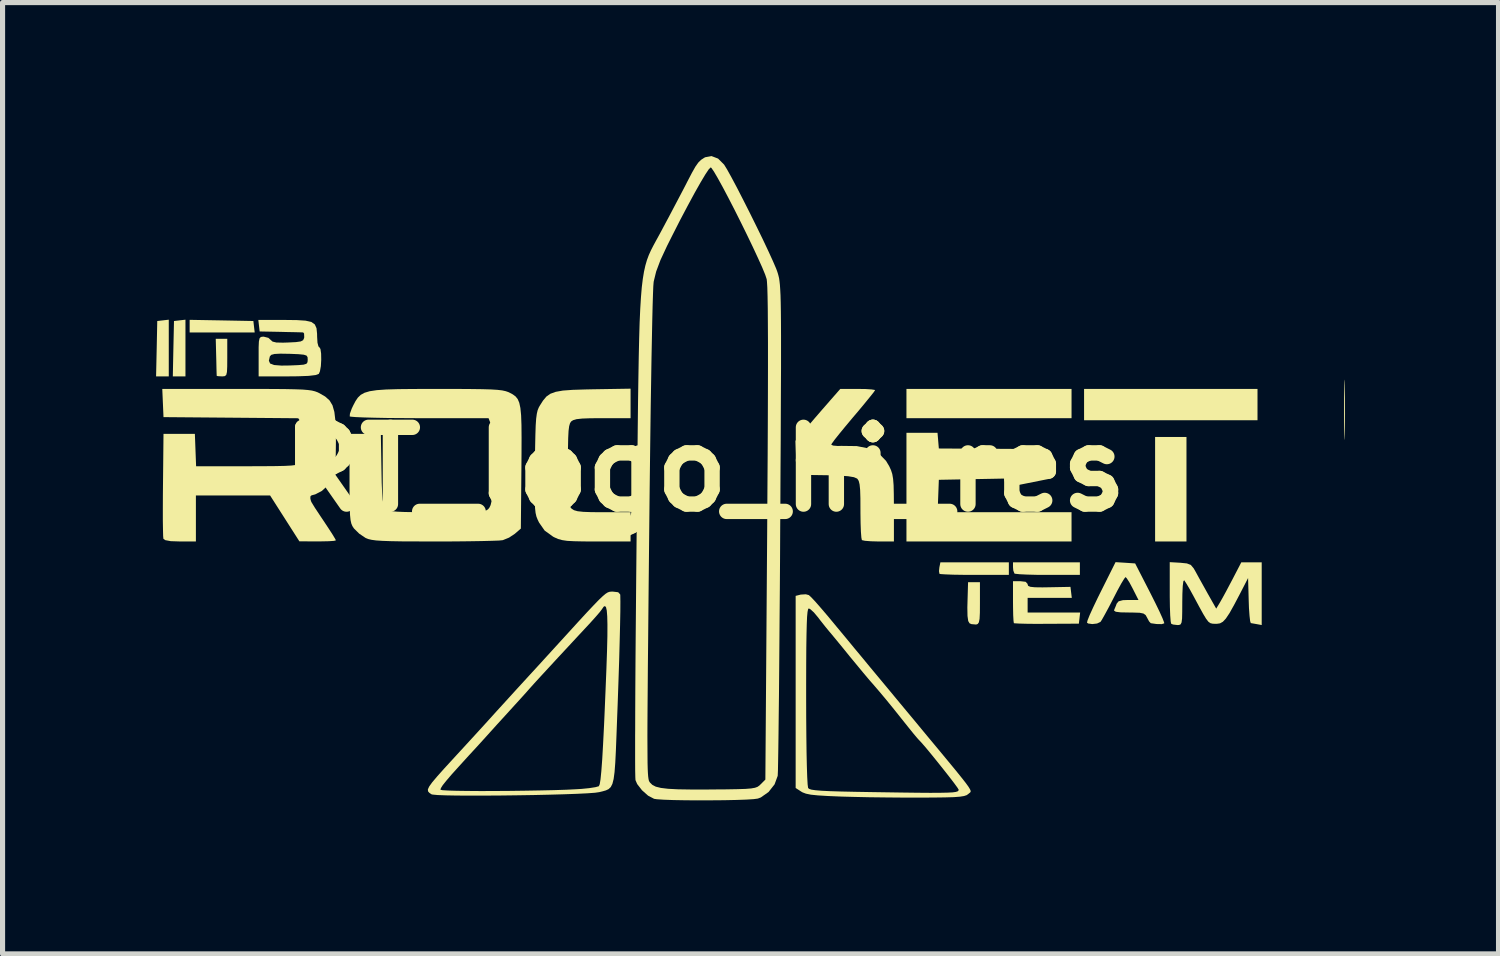
<source format=kicad_pcb>
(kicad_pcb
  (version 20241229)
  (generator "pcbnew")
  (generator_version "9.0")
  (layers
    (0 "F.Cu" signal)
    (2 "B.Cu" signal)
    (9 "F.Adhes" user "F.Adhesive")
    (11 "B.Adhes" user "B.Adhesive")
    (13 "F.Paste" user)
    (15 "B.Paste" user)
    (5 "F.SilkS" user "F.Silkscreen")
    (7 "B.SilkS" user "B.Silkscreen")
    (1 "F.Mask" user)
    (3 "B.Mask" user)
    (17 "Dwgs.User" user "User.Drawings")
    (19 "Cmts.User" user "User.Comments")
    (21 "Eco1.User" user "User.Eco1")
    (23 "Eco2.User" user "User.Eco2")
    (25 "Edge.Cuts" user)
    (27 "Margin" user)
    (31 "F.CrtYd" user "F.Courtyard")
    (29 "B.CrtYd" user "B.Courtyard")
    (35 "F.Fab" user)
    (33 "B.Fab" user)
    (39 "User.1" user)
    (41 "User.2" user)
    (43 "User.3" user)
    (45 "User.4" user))
  (footprint "RT_logo_hi_res"
    (layer "F.Cu")
    (at 10.722 6.122)
    (property "Reference" "RT_logo_hi_res" (at 0 0 0) (layer "F.SilkS") (effects (font (size 1.5 1.5) (thickness 0.3))))
    (attr board_only exclude_from_pos_files exclude_from_bom)
    (fp_poly (pts (xy -10.474 -2.371) (xy -10.474 -1.817) (xy -10.598 -1.817) (xy -10.722 -1.817) (xy -10.71 -2.358) (xy -10.699 -2.899) (xy -10.587 -2.912) (xy -10.474 -2.925)) (stroke (width 0) (type solid)) (fill yes) (layer "F.SilkS"))
    (fp_poly (pts (xy -10.148 -2.371) (xy -10.148 -1.817) (xy -10.271 -1.817) (xy -10.395 -1.817) (xy -10.384 -2.358) (xy -10.372 -2.899) (xy -10.26 -2.912) (xy -10.148 -2.925)) (stroke (width 0) (type solid)) (fill yes) (layer "F.SilkS"))
    (fp_poly (pts (xy -9.443 -2.911) (xy -8.821 -2.899) (xy -8.808 -2.787) (xy -8.795 -2.675) (xy -9.43 -2.675) (xy -10.066 -2.675) (xy -10.066 -2.798) (xy -10.066 -2.922)) (stroke (width 0) (type solid)) (fill yes) (layer "F.SilkS"))
    (fp_poly (pts (xy 7.167 -1.286) (xy 7.167 -1) (xy 5.554 -1) (xy 3.941 -1) (xy 3.941 -1.286) (xy 3.941 -1.572) (xy 5.554 -1.572) (xy 7.167 -1.572)) (stroke (width 0) (type solid)) (fill yes) (layer "F.SilkS"))
    (fp_poly (pts (xy 9.413 0.388) (xy 9.413 1.409) (xy 9.106 1.409) (xy 8.8 1.409) (xy 8.8 0.388) (xy 8.8 -0.633) (xy 9.106 -0.633) (xy 9.413 -0.633)) (stroke (width 0) (type solid)) (fill yes) (layer "F.SilkS"))
    (fp_poly (pts (xy 10.801 -1.266) (xy 10.801 -0.96) (xy 9.106 -0.96) (xy 7.412 -0.96) (xy 7.412 -1.266) (xy 7.412 -1.572) (xy 9.106 -1.572) (xy 10.801 -1.572)) (stroke (width 0) (type solid)) (fill yes) (layer "F.SilkS"))
    (fp_poly (pts (xy 5.942 1.94) (xy 5.942 2.062) (xy 5.275 2.062) (xy 5.05 2.061) (xy 4.854 2.058) (xy 4.703 2.052) (xy 4.609 2.046) (xy 4.586 2.041) (xy 4.577 1.989) (xy 4.584 1.918) (xy 4.604 1.817) (xy 5.273 1.817) (xy 5.942 1.817)) (stroke (width 0) (type solid)) (fill yes) (layer "F.SilkS"))
    (fp_poly (pts (xy 7.33 1.94) (xy 7.33 2.062) (xy 6.704 2.062) (xy 6.486 2.061) (xy 6.297 2.056) (xy 6.152 2.049) (xy 6.067 2.04) (xy 6.051 2.035) (xy 6.029 1.977) (xy 6.023 1.912) (xy 6.023 1.817) (xy 6.677 1.817) (xy 7.33 1.817)) (stroke (width 0) (type solid)) (fill yes) (layer "F.SilkS"))
    (fp_poly (pts (xy 5.377 2.614) (xy 5.376 2.801) (xy 5.37 2.921) (xy 5.356 2.99) (xy 5.333 3.022) (xy 5.302 3.032) (xy 5.21 3.024) (xy 5.174 3.008) (xy 5.148 2.964) (xy 5.134 2.864) (xy 5.131 2.7) (xy 5.134 2.59) (xy 5.145 2.205) (xy 5.261 2.205) (xy 5.377 2.205)) (stroke (width 0) (type solid)) (fill yes) (layer "F.SilkS"))
    (fp_poly (pts (xy -9.443 -2.552) (xy -9.331 -2.552) (xy -9.331 -2.185) (xy -9.332 -2.011) (xy -9.337 -1.903) (xy -9.351 -1.845) (xy -9.379 -1.822) (xy -9.424 -1.817) (xy -9.433 -1.817) (xy -9.511 -1.821) (xy -9.537 -1.827) (xy -9.539 -1.87) (xy -9.542 -1.975) (xy -9.545 -2.123) (xy -9.547 -2.195) (xy -9.556 -2.552)) (stroke (width 0) (type solid)) (fill yes) (layer "F.SilkS"))
    (fp_poly (pts (xy 12.503 -1.733) (xy 12.506 -1.644) (xy 12.51 -1.385) (xy 12.511 -1.092) (xy 12.509 -0.81) (xy 12.506 -0.684) (xy 12.502 -0.591) (xy 12.499 -0.574) (xy 12.497 -0.63) (xy 12.495 -0.753) (xy 12.493 -0.938) (xy 12.493 -1.164) (xy 12.493 -1.403) (xy 12.495 -1.585) (xy 12.497 -1.703) (xy 12.5 -1.755)) (stroke (width 0) (type solid)) (fill yes) (layer "F.SilkS"))
    (fp_poly (pts (xy 4.561 -0.561) (xy 4.574 -0.408) (xy 5.635 -0.402) (xy 6.697 -0.396) (xy 6.697 -0.116) (xy 6.697 0.163) (xy 5.635 0.184) (xy 4.574 0.204) (xy 4.562 0.521) (xy 4.55 0.837) (xy 5.858 0.837) (xy 7.167 0.837) (xy 7.167 1.123) (xy 7.167 1.409) (xy 5.554 1.409) (xy 3.941 1.409) (xy 3.941 0.347) (xy 3.941 -0.715) (xy 4.244 -0.715) (xy 4.548 -0.715)) (stroke (width 0) (type solid)) (fill yes) (layer "F.SilkS"))
    (fp_poly (pts (xy 6.27 2.197) (xy 6.308 2.238) (xy 6.309 2.248) (xy 6.32 2.277) (xy 6.363 2.295) (xy 6.451 2.304) (xy 6.598 2.306) (xy 6.728 2.304) (xy 7.146 2.296) (xy 7.159 2.404) (xy 7.172 2.511) (xy 6.741 2.511) (xy 6.309 2.511) (xy 6.309 2.654) (xy 6.309 2.797) (xy 6.822 2.797) (xy 7.335 2.797) (xy 7.323 2.906) (xy 7.31 3.015) (xy 6.684 3.018) (xy 6.466 3.019) (xy 6.279 3.017) (xy 6.138 3.013) (xy 6.055 3.008) (xy 6.04 3.005) (xy 6.033 2.959) (xy 6.027 2.851) (xy 6.024 2.697) (xy 6.023 2.586) (xy 6.023 2.185) (xy 6.166 2.185)) (stroke (width 0) (type solid)) (fill yes) (layer "F.SilkS"))
    (fp_poly (pts (xy 8.218 1.825) (xy 8.41 1.838) (xy 8.703 2.409) (xy 8.802 2.606) (xy 8.885 2.777) (xy 8.945 2.91) (xy 8.976 2.991) (xy 8.979 3.009) (xy 8.929 3.024) (xy 8.826 3.022) (xy 8.715 3.006) (xy 8.682 2.97) (xy 8.644 2.899) (xy 8.615 2.847) (xy 8.572 2.817) (xy 8.497 2.802) (xy 8.368 2.798) (xy 8.287 2.797) (xy 8.124 2.794) (xy 8.031 2.782) (xy 7.998 2.76) (xy 8 2.746) (xy 8.035 2.663) (xy 8.049 2.624) (xy 8.087 2.578) (xy 8.17 2.556) (xy 8.275 2.552) (xy 8.475 2.552) (xy 8.362 2.329) (xy 8.299 2.211) (xy 8.247 2.13) (xy 8.223 2.104) (xy 8.195 2.138) (xy 8.139 2.23) (xy 8.064 2.367) (xy 7.984 2.522) (xy 7.896 2.692) (xy 7.818 2.836) (xy 7.76 2.939) (xy 7.732 2.981) (xy 7.666 3.012) (xy 7.573 3.023) (xy 7.492 3.012) (xy 7.469 2.995) (xy 7.48 2.95) (xy 7.522 2.845) (xy 7.591 2.694) (xy 7.679 2.51) (xy 7.739 2.389) (xy 8.027 1.813)) (stroke (width 0) (type solid)) (fill yes) (layer "F.SilkS"))
    (fp_poly (pts (xy 3.143 -1.57) (xy 3.261 -1.562) (xy 3.323 -1.552) (xy 3.328 -1.548) (xy 3.303 -1.51) (xy 3.233 -1.422) (xy 3.128 -1.293) (xy 2.997 -1.135) (xy 2.899 -1.02) (xy 2.755 -0.848) (xy 2.631 -0.697) (xy 2.537 -0.579) (xy 2.482 -0.503) (xy 2.471 -0.483) (xy 2.507 -0.465) (xy 2.6 -0.457) (xy 2.665 -0.459) (xy 2.97 -0.455) (xy 3.212 -0.407) (xy 3.4 -0.312) (xy 3.542 -0.166) (xy 3.604 -0.062) (xy 3.639 0.014) (xy 3.664 0.091) (xy 3.68 0.185) (xy 3.69 0.311) (xy 3.694 0.485) (xy 3.696 0.723) (xy 3.696 0.764) (xy 3.696 1.409) (xy 3.396 1.409) (xy 3.247 1.405) (xy 3.131 1.396) (xy 3.072 1.383) (xy 3.07 1.382) (xy 3.06 1.333) (xy 3.051 1.218) (xy 3.045 1.053) (xy 3.042 0.854) (xy 3.042 0.794) (xy 3.041 0.563) (xy 3.036 0.4) (xy 3.025 0.292) (xy 3.008 0.225) (xy 2.982 0.185) (xy 2.975 0.179) (xy 2.915 0.153) (xy 2.801 0.134) (xy 2.625 0.122) (xy 2.376 0.114) (xy 2.352 0.114) (xy 1.797 0.106) (xy 1.785 -0.226) (xy 1.773 -0.558) (xy 2.005 -0.831) (xy 2.145 -0.995) (xy 2.298 -1.172) (xy 2.433 -1.326) (xy 2.442 -1.337) (xy 2.648 -1.572) (xy 2.988 -1.572)) (stroke (width 0) (type solid)) (fill yes) (layer "F.SilkS"))
    (fp_poly (pts (xy 9.295 1.825) (xy 9.421 1.838) (xy 9.497 1.867) (xy 9.553 1.933) (xy 9.592 2.001) (xy 9.657 2.12) (xy 9.744 2.276) (xy 9.834 2.438) (xy 9.837 2.443) (xy 9.994 2.721) (xy 10.064 2.606) (xy 10.114 2.518) (xy 10.189 2.381) (xy 10.274 2.22) (xy 10.309 2.154) (xy 10.484 1.817) (xy 10.683 1.817) (xy 10.883 1.817) (xy 10.883 2.429) (xy 10.883 3.042) (xy 10.791 3.025) (xy 10.706 3.01) (xy 10.67 3.004) (xy 10.657 2.965) (xy 10.645 2.861) (xy 10.634 2.709) (xy 10.629 2.562) (xy 10.617 2.123) (xy 10.46 2.428) (xy 10.343 2.65) (xy 10.254 2.809) (xy 10.183 2.915) (xy 10.124 2.978) (xy 10.068 3.009) (xy 10.005 3.018) (xy 9.981 3.018) (xy 9.926 3.016) (xy 9.882 3.006) (xy 9.842 2.978) (xy 9.797 2.92) (xy 9.738 2.822) (xy 9.656 2.673) (xy 9.556 2.487) (xy 9.48 2.348) (xy 9.414 2.236) (xy 9.372 2.172) (xy 9.368 2.166) (xy 9.352 2.187) (xy 9.34 2.28) (xy 9.333 2.435) (xy 9.331 2.585) (xy 9.33 2.783) (xy 9.327 2.914) (xy 9.317 2.991) (xy 9.298 3.029) (xy 9.267 3.041) (xy 9.236 3.042) (xy 9.15 3.032) (xy 9.113 3.015) (xy 9.104 2.967) (xy 9.095 2.852) (xy 9.089 2.686) (xy 9.086 2.484) (xy 9.086 2.4) (xy 9.086 1.813)) (stroke (width 0) (type solid)) (fill yes) (layer "F.SilkS"))
    (fp_poly (pts (xy -1.45 -1.289) (xy -1.45 -1) (xy -1.998 -1) (xy -2.231 -0.999) (xy -2.396 -0.993) (xy -2.505 -0.981) (xy -2.573 -0.961) (xy -2.611 -0.936) (xy -2.633 -0.902) (xy -2.65 -0.844) (xy -2.662 -0.751) (xy -2.669 -0.611) (xy -2.673 -0.415) (xy -2.675 -0.15) (xy -2.675 -0.085) (xy -2.674 0.19) (xy -2.672 0.395) (xy -2.666 0.541) (xy -2.656 0.641) (xy -2.642 0.706) (xy -2.621 0.746) (xy -2.6 0.77) (xy -2.555 0.798) (xy -2.484 0.818) (xy -2.374 0.83) (xy -2.21 0.836) (xy -1.988 0.837) (xy -1.45 0.837) (xy -1.45 1.123) (xy -1.45 1.409) (xy -2.117 1.409) (xy -2.369 1.408) (xy -2.555 1.404) (xy -2.689 1.397) (xy -2.788 1.382) (xy -2.865 1.361) (xy -2.937 1.329) (xy -2.964 1.315) (xy -3.129 1.196) (xy -3.238 1.04) (xy -3.267 0.98) (xy -3.29 0.921) (xy -3.306 0.852) (xy -3.316 0.762) (xy -3.322 0.639) (xy -3.325 0.471) (xy -3.324 0.247) (xy -3.321 -0.044) (xy -3.32 -0.123) (xy -3.315 -0.434) (xy -3.31 -0.675) (xy -3.304 -0.857) (xy -3.295 -0.99) (xy -3.282 -1.086) (xy -3.266 -1.155) (xy -3.244 -1.209) (xy -3.226 -1.241) (xy -3.161 -1.344) (xy -3.096 -1.422) (xy -3.018 -1.477) (xy -2.914 -1.515) (xy -2.773 -1.54) (xy -2.581 -1.554) (xy -2.325 -1.562) (xy -2.182 -1.565) (xy -1.45 -1.577)) (stroke (width 0) (type solid)) (fill yes) (layer "F.SilkS"))
    (fp_poly (pts (xy -7.972 -2.917) (xy -7.801 -2.906) (xy -7.687 -2.88) (xy -7.62 -2.832) (xy -7.587 -2.758) (xy -7.576 -2.65) (xy -7.575 -2.59) (xy -7.568 -2.475) (xy -7.549 -2.402) (xy -7.534 -2.389) (xy -7.51 -2.353) (xy -7.497 -2.262) (xy -7.495 -2.141) (xy -7.502 -2.017) (xy -7.52 -1.916) (xy -7.542 -1.866) (xy -7.605 -1.843) (xy -7.74 -1.827) (xy -7.951 -1.819) (xy -8.155 -1.817) (xy -8.718 -1.817) (xy -8.718 -2.123) (xy -8.518 -2.123) (xy -8.494 -2.069) (xy -8.415 -2.039) (xy -8.273 -2.028) (xy -8.117 -2.03) (xy -7.946 -2.037) (xy -7.84 -2.046) (xy -7.784 -2.063) (xy -7.763 -2.094) (xy -7.759 -2.142) (xy -7.759 -2.144) (xy -7.762 -2.193) (xy -7.783 -2.224) (xy -7.837 -2.241) (xy -7.941 -2.251) (xy -8.11 -2.258) (xy -8.117 -2.258) (xy -8.295 -2.261) (xy -8.408 -2.255) (xy -8.471 -2.238) (xy -8.498 -2.208) (xy -8.499 -2.207) (xy -8.518 -2.123) (xy -8.718 -2.123) (xy -8.718 -2.205) (xy -8.718 -2.385) (xy -8.713 -2.498) (xy -8.7 -2.56) (xy -8.675 -2.587) (xy -8.634 -2.593) (xy -8.618 -2.593) (xy -8.527 -2.57) (xy -8.483 -2.53) (xy -8.446 -2.497) (xy -8.372 -2.479) (xy -8.243 -2.476) (xy -8.144 -2.479) (xy -7.988 -2.487) (xy -7.896 -2.5) (xy -7.849 -2.524) (xy -7.83 -2.565) (xy -7.827 -2.583) (xy -7.83 -2.655) (xy -7.848 -2.676) (xy -7.901 -2.678) (xy -8.016 -2.681) (xy -8.174 -2.684) (xy -8.29 -2.687) (xy -8.698 -2.695) (xy -8.711 -2.807) (xy -8.724 -2.92) (xy -8.214 -2.92)) (stroke (width 0) (type solid)) (fill yes) (layer "F.SilkS"))
    (fp_poly (pts (xy -8.763 -1.572) (xy -8.452 -1.571) (xy -8.204 -1.569) (xy -8.012 -1.565) (xy -7.865 -1.56) (xy -7.757 -1.551) (xy -7.677 -1.54) (xy -7.617 -1.525) (xy -7.568 -1.507) (xy -7.531 -1.489) (xy -7.417 -1.423) (xy -7.333 -1.348) (xy -7.275 -1.252) (xy -7.238 -1.122) (xy -7.217 -0.944) (xy -7.209 -0.705) (xy -7.208 -0.538) (xy -7.211 -0.283) (xy -7.22 -0.075) (xy -7.234 0.075) (xy -7.253 0.155) (xy -7.253 0.156) (xy -7.354 0.302) (xy -7.482 0.421) (xy -7.611 0.488) (xy -7.625 0.492) (xy -7.682 0.507) (xy -7.713 0.529) (xy -7.716 0.57) (xy -7.686 0.64) (xy -7.619 0.75) (xy -7.511 0.913) (xy -7.454 0.998) (xy -7.354 1.149) (xy -7.273 1.274) (xy -7.222 1.359) (xy -7.208 1.387) (xy -7.245 1.397) (xy -7.346 1.404) (xy -7.492 1.407) (xy -7.565 1.408) (xy -7.922 1.406) (xy -8.208 0.958) (xy -8.494 0.51) (xy -9.219 0.51) (xy -9.944 0.51) (xy -9.944 0.96) (xy -9.944 1.409) (xy -10.251 1.409) (xy -10.435 1.403) (xy -10.543 1.383) (xy -10.579 1.357) (xy -10.584 1.303) (xy -10.587 1.18) (xy -10.59 0.998) (xy -10.59 0.77) (xy -10.589 0.508) (xy -10.587 0.305) (xy -10.577 -0.694) (xy -10.27 -0.694) (xy -9.964 -0.694) (xy -9.952 -0.378) (xy -9.94 -0.061) (xy -8.946 -0.061) (xy -8.632 -0.062) (xy -8.388 -0.064) (xy -8.207 -0.068) (xy -8.078 -0.075) (xy -7.992 -0.086) (xy -7.937 -0.1) (xy -7.905 -0.12) (xy -7.897 -0.128) (xy -7.858 -0.219) (xy -7.833 -0.363) (xy -7.823 -0.532) (xy -7.829 -0.699) (xy -7.852 -0.836) (xy -7.877 -0.898) (xy -7.944 -0.999) (xy -9.26 -1.01) (xy -10.577 -1.021) (xy -10.589 -1.297) (xy -10.601 -1.572) (xy -9.148 -1.572)) (stroke (width 0) (type solid)) (fill yes) (layer "F.SilkS"))
    (fp_poly (pts (xy -4.866 -1.572) (xy -4.577 -1.57) (xy -4.352 -1.567) (xy -4.179 -1.562) (xy -4.051 -1.554) (xy -3.958 -1.543) (xy -3.89 -1.528) (xy -3.838 -1.51) (xy -3.819 -1.501) (xy -3.751 -1.465) (xy -3.697 -1.425) (xy -3.656 -1.374) (xy -3.625 -1.302) (xy -3.603 -1.199) (xy -3.589 -1.058) (xy -3.582 -0.868) (xy -3.58 -0.622) (xy -3.581 -0.309) (xy -3.583 -0.034) (xy -3.594 1.157) (xy -3.712 1.259) (xy -3.825 1.334) (xy -3.943 1.382) (xy -3.952 1.384) (xy -4.023 1.391) (xy -4.164 1.396) (xy -4.364 1.401) (xy -4.612 1.405) (xy -4.895 1.408) (xy -5.203 1.409) (xy -5.283 1.409) (xy -5.636 1.408) (xy -5.916 1.407) (xy -6.134 1.403) (xy -6.299 1.397) (xy -6.421 1.389) (xy -6.509 1.377) (xy -6.574 1.362) (xy -6.624 1.342) (xy -6.633 1.337) (xy -6.753 1.256) (xy -6.853 1.157) (xy -6.858 1.151) (xy -6.886 1.108) (xy -6.907 1.058) (xy -6.922 0.99) (xy -6.932 0.892) (xy -6.938 0.752) (xy -6.941 0.559) (xy -6.942 0.3) (xy -6.942 0.171) (xy -6.942 -0.694) (xy -6.636 -0.694) (xy -6.33 -0.694) (xy -6.318 -0.002) (xy -6.313 0.261) (xy -6.305 0.455) (xy -6.295 0.591) (xy -6.279 0.681) (xy -6.258 0.738) (xy -6.241 0.764) (xy -6.213 0.787) (xy -6.172 0.805) (xy -6.106 0.818) (xy -6.006 0.827) (xy -5.861 0.833) (xy -5.66 0.836) (xy -5.393 0.837) (xy -5.223 0.837) (xy -4.921 0.837) (xy -4.689 0.836) (xy -4.519 0.832) (xy -4.399 0.826) (xy -4.319 0.816) (xy -4.268 0.801) (xy -4.236 0.781) (xy -4.213 0.754) (xy -4.208 0.746) (xy -4.185 0.698) (xy -4.167 0.623) (xy -4.156 0.51) (xy -4.149 0.347) (xy -4.145 0.122) (xy -4.145 -0.068) (xy -4.147 -0.31) (xy -4.153 -0.53) (xy -4.162 -0.712) (xy -4.174 -0.841) (xy -4.185 -0.896) (xy -4.225 -1) (xy -5.571 -1) (xy -5.894 -1.002) (xy -6.191 -1.004) (xy -6.452 -1.009) (xy -6.666 -1.015) (xy -6.825 -1.022) (xy -6.918 -1.03) (xy -6.938 -1.035) (xy -6.934 -1.089) (xy -6.899 -1.187) (xy -6.869 -1.25) (xy -6.825 -1.334) (xy -6.779 -1.402) (xy -6.723 -1.456) (xy -6.649 -1.497) (xy -6.548 -1.527) (xy -6.41 -1.548) (xy -6.227 -1.561) (xy -5.991 -1.568) (xy -5.693 -1.571) (xy -5.324 -1.572) (xy -5.227 -1.572)) (stroke (width 0) (type solid)) (fill yes) (layer "F.SilkS"))
    (fp_poly (pts (xy 2.034 2.457) (xy 2.081 2.5) (xy 2.168 2.593) (xy 2.283 2.725) (xy 2.416 2.881) (xy 2.448 2.92) (xy 2.593 3.095) (xy 2.732 3.262) (xy 2.85 3.405) (xy 2.932 3.505) (xy 2.938 3.512) (xy 2.995 3.58) (xy 3.097 3.703) (xy 3.237 3.873) (xy 3.41 4.081) (xy 3.608 4.319) (xy 3.824 4.58) (xy 4.053 4.855) (xy 4.069 4.874) (xy 4.345 5.208) (xy 4.575 5.484) (xy 4.76 5.708) (xy 4.907 5.886) (xy 5.018 6.024) (xy 5.099 6.127) (xy 5.152 6.2) (xy 5.183 6.251) (xy 5.196 6.283) (xy 5.194 6.304) (xy 5.182 6.317) (xy 5.164 6.331) (xy 5.15 6.343) (xy 5.118 6.366) (xy 5.067 6.383) (xy 4.986 6.396) (xy 4.865 6.405) (xy 4.692 6.41) (xy 4.458 6.413) (xy 4.215 6.414) (xy 3.898 6.414) (xy 3.555 6.411) (xy 3.212 6.407) (xy 2.899 6.4) (xy 2.673 6.394) (xy 2.409 6.383) (xy 2.213 6.371) (xy 2.074 6.357) (xy 1.977 6.337) (xy 1.911 6.312) (xy 1.887 6.298) (xy 1.776 6.226) (xy 1.776 4.441) (xy 1.981 4.441) (xy 1.982 4.848) (xy 1.985 5.216) (xy 1.989 5.537) (xy 1.995 5.806) (xy 2.002 6.014) (xy 2.01 6.156) (xy 2.019 6.224) (xy 2.02 6.227) (xy 2.042 6.245) (xy 2.087 6.259) (xy 2.163 6.27) (xy 2.28 6.28) (xy 2.444 6.288) (xy 2.663 6.295) (xy 2.946 6.301) (xy 3.3 6.307) (xy 3.439 6.309) (xy 3.832 6.315) (xy 4.152 6.319) (xy 4.405 6.321) (xy 4.599 6.32) (xy 4.742 6.317) (xy 4.842 6.312) (xy 4.906 6.303) (xy 4.943 6.291) (xy 4.958 6.276) (xy 4.962 6.26) (xy 4.937 6.219) (xy 4.872 6.13) (xy 4.776 6.005) (xy 4.661 5.859) (xy 4.538 5.705) (xy 4.418 5.557) (xy 4.312 5.429) (xy 4.23 5.335) (xy 4.185 5.288) (xy 4.151 5.25) (xy 4.076 5.161) (xy 3.972 5.032) (xy 3.848 4.877) (xy 3.818 4.839) (xy 3.674 4.659) (xy 3.531 4.484) (xy 3.405 4.334) (xy 3.313 4.227) (xy 3.311 4.224) (xy 3.216 4.116) (xy 3.089 3.965) (xy 2.947 3.793) (xy 2.831 3.653) (xy 2.701 3.492) (xy 2.582 3.347) (xy 2.487 3.232) (xy 2.433 3.168) (xy 2.358 3.077) (xy 2.262 2.956) (xy 2.215 2.894) (xy 2.132 2.795) (xy 2.061 2.731) (xy 2.032 2.717) (xy 2.019 2.733) (xy 2.008 2.786) (xy 1.999 2.882) (xy 1.993 3.026) (xy 1.988 3.226) (xy 1.984 3.486) (xy 1.982 3.813) (xy 1.981 4.213) (xy 1.981 4.441) (xy 1.776 4.441) (xy 1.776 4.349) (xy 1.776 2.472) (xy 1.875 2.447) (xy 1.975 2.441)) (stroke (width 0) (type solid)) (fill yes) (layer "F.SilkS"))
    (fp_poly (pts (xy -1.793 2.389) (xy -1.692 2.401) (xy -1.653 2.443) (xy -1.651 2.46) (xy -1.649 2.582) (xy -1.65 2.777) (xy -1.655 3.04) (xy -1.663 3.362) (xy -1.673 3.736) (xy -1.687 4.155) (xy -1.703 4.611) (xy -1.711 4.814) (xy -1.725 5.191) (xy -1.737 5.494) (xy -1.749 5.733) (xy -1.763 5.916) (xy -1.781 6.05) (xy -1.805 6.145) (xy -1.837 6.208) (xy -1.879 6.248) (xy -1.932 6.273) (xy -1.999 6.292) (xy -2.061 6.307) (xy -2.144 6.319) (xy -2.295 6.33) (xy -2.501 6.34) (xy -2.752 6.349) (xy -3.036 6.357) (xy -3.344 6.364) (xy -3.664 6.369) (xy -3.984 6.373) (xy -4.295 6.375) (xy -4.585 6.375) (xy -4.843 6.374) (xy -5.059 6.37) (xy -5.22 6.364) (xy -5.317 6.355) (xy -5.339 6.35) (xy -5.382 6.321) (xy -5.408 6.291) (xy -5.41 6.26) (xy -5.166 6.26) (xy -5.127 6.269) (xy -5.017 6.276) (xy -4.849 6.281) (xy -4.632 6.284) (xy -4.378 6.286) (xy -4.098 6.285) (xy -3.804 6.283) (xy -3.506 6.279) (xy -3.216 6.274) (xy -2.944 6.268) (xy -2.703 6.26) (xy -2.503 6.25) (xy -2.407 6.244) (xy -2.257 6.229) (xy -2.136 6.21) (xy -2.071 6.192) (xy -2.07 6.191) (xy -2.053 6.153) (xy -2.037 6.056) (xy -2.021 5.895) (xy -2.004 5.667) (xy -1.987 5.368) (xy -1.968 4.993) (xy -1.96 4.816) (xy -1.939 4.316) (xy -1.922 3.894) (xy -1.91 3.543) (xy -1.903 3.259) (xy -1.902 3.037) (xy -1.906 2.872) (xy -1.915 2.759) (xy -1.93 2.693) (xy -1.951 2.671) (xy -1.977 2.685) (xy -2.009 2.732) (xy -2.051 2.788) (xy -2.134 2.884) (xy -2.24 3.002) (xy -2.266 3.03) (xy -2.469 3.248) (xy -2.673 3.468) (xy -2.869 3.679) (xy -3.049 3.874) (xy -3.204 4.042) (xy -3.325 4.174) (xy -3.403 4.261) (xy -3.423 4.283) (xy -3.48 4.348) (xy -3.578 4.457) (xy -3.702 4.593) (xy -3.811 4.713) (xy -3.943 4.858) (xy -4.061 4.987) (xy -4.149 5.085) (xy -4.19 5.13) (xy -4.242 5.188) (xy -4.336 5.292) (xy -4.459 5.427) (xy -4.598 5.578) (xy -4.603 5.583) (xy -4.801 5.801) (xy -4.95 5.966) (xy -5.054 6.088) (xy -5.121 6.172) (xy -5.156 6.228) (xy -5.166 6.26) (xy -5.41 6.26) (xy -5.411 6.253) (xy -5.385 6.197) (xy -5.327 6.116) (xy -5.23 6.001) (xy -5.089 5.843) (xy -4.899 5.636) (xy -4.856 5.589) (xy -4.717 5.438) (xy -4.596 5.306) (xy -4.504 5.206) (xy -4.455 5.152) (xy -4.451 5.148) (xy -4.41 5.103) (xy -4.325 5.01) (xy -4.207 4.88) (xy -4.067 4.725) (xy -4.003 4.655) (xy -3.839 4.475) (xy -3.678 4.298) (xy -3.535 4.142) (xy -3.426 4.023) (xy -3.407 4.002) (xy -3.289 3.874) (xy -3.144 3.715) (xy -2.996 3.553) (xy -2.957 3.51) (xy -2.693 3.221) (xy -2.479 2.986) (xy -2.308 2.8) (xy -2.174 2.658) (xy -2.072 2.552) (xy -1.995 2.479) (xy -1.938 2.431) (xy -1.895 2.404) (xy -1.859 2.392) (xy -1.825 2.389)) (stroke (width 0) (type solid)) (fill yes) (layer "F.SilkS"))
    (fp_poly (pts (xy 0.26 -6.073) (xy 0.376 -5.957) (xy 0.378 -5.955) (xy 0.437 -5.859) (xy 0.524 -5.702) (xy 0.632 -5.499) (xy 0.753 -5.263) (xy 0.882 -5.008) (xy 1.011 -4.747) (xy 1.134 -4.495) (xy 1.243 -4.264) (xy 1.332 -4.069) (xy 1.395 -3.923) (xy 1.417 -3.863) (xy 1.43 -3.822) (xy 1.441 -3.781) (xy 1.452 -3.735) (xy 1.46 -3.679) (xy 1.468 -3.608) (xy 1.474 -3.519) (xy 1.48 -3.406) (xy 1.484 -3.264) (xy 1.487 -3.09) (xy 1.489 -2.879) (xy 1.49 -2.625) (xy 1.49 -2.324) (xy 1.49 -1.972) (xy 1.488 -1.564) (xy 1.486 -1.096) (xy 1.484 -0.562) (xy 1.48 0.042) (xy 1.477 0.72) (xy 1.474 1.119) (xy 1.471 1.736) (xy 1.467 2.332) (xy 1.462 2.902) (xy 1.458 3.44) (xy 1.454 3.941) (xy 1.45 4.4) (xy 1.445 4.812) (xy 1.441 5.17) (xy 1.437 5.471) (xy 1.433 5.708) (xy 1.43 5.877) (xy 1.426 5.972) (xy 1.425 5.989) (xy 1.364 6.155) (xy 1.246 6.305) (xy 1.095 6.411) (xy 1.037 6.433) (xy 0.956 6.444) (xy 0.81 6.453) (xy 0.612 6.46) (xy 0.378 6.465) (xy 0.123 6.467) (xy -0.137 6.468) (xy -0.389 6.466) (xy -0.615 6.462) (xy -0.803 6.455) (xy -0.935 6.446) (xy -0.99 6.438) (xy -1.108 6.376) (xy -1.227 6.27) (xy -1.321 6.149) (xy -1.354 6.072) (xy -1.357 6.018) (xy -1.36 5.887) (xy -1.361 5.685) (xy -1.361 5.418) (xy -1.361 5.203) (xy -1.121 5.203) (xy -1.12 5.421) (xy -1.119 5.599) (xy -1.118 5.741) (xy -1.115 5.853) (xy -1.111 5.938) (xy -1.106 6.001) (xy -1.1 6.045) (xy -1.094 6.076) (xy -1.086 6.096) (xy -1.077 6.111) (xy -1.07 6.121) (xy -1.025 6.165) (xy -0.958 6.2) (xy -0.857 6.225) (xy -0.715 6.242) (xy -0.522 6.252) (xy -0.267 6.256) (xy 0.057 6.256) (xy 0.132 6.255) (xy 0.419 6.253) (xy 0.636 6.249) (xy 0.795 6.244) (xy 0.906 6.235) (xy 0.98 6.222) (xy 1.03 6.204) (xy 1.066 6.179) (xy 1.091 6.155) (xy 1.184 6.062) (xy 1.219 1.275) (xy 1.224 0.458) (xy 1.229 -0.28) (xy 1.232 -0.94) (xy 1.234 -1.524) (xy 1.235 -2.035) (xy 1.235 -2.474) (xy 1.233 -2.844) (xy 1.231 -3.147) (xy 1.227 -3.384) (xy 1.222 -3.557) (xy 1.215 -3.67) (xy 1.21 -3.716) (xy 1.181 -3.804) (xy 1.122 -3.947) (xy 1.039 -4.131) (xy 0.938 -4.348) (xy 0.824 -4.585) (xy 0.703 -4.831) (xy 0.58 -5.076) (xy 0.46 -5.309) (xy 0.35 -5.517) (xy 0.254 -5.691) (xy 0.179 -5.819) (xy 0.13 -5.89) (xy 0.116 -5.901) (xy 0.079 -5.865) (xy 0.012 -5.765) (xy -0.083 -5.606) (xy -0.2 -5.399) (xy -0.335 -5.149) (xy -0.484 -4.867) (xy -0.641 -4.558) (xy -0.736 -4.369) (xy -0.865 -4.092) (xy -0.95 -3.866) (xy -0.997 -3.674) (xy -1 -3.651) (xy -1.006 -3.574) (xy -1.012 -3.422) (xy -1.019 -3.199) (xy -1.026 -2.912) (xy -1.033 -2.567) (xy -1.041 -2.17) (xy -1.048 -1.727) (xy -1.056 -1.243) (xy -1.063 -0.724) (xy -1.07 -0.176) (xy -1.077 0.394) (xy -1.081 0.776) (xy -1.089 1.538) (xy -1.096 2.223) (xy -1.102 2.835) (xy -1.107 3.377) (xy -1.112 3.855) (xy -1.115 4.272) (xy -1.118 4.633) (xy -1.12 4.942) (xy -1.121 5.203) (xy -1.361 5.203) (xy -1.36 5.089) (xy -1.359 4.705) (xy -1.357 4.27) (xy -1.354 3.791) (xy -1.35 3.271) (xy -1.345 2.717) (xy -1.34 2.133) (xy -1.334 1.525) (xy -1.331 1.209) (xy -1.323 0.464) (xy -1.316 -0.205) (xy -1.31 -0.801) (xy -1.304 -1.33) (xy -1.297 -1.797) (xy -1.29 -2.207) (xy -1.282 -2.563) (xy -1.273 -2.871) (xy -1.261 -3.137) (xy -1.247 -3.363) (xy -1.231 -3.557) (xy -1.211 -3.721) (xy -1.188 -3.861) (xy -1.161 -3.983) (xy -1.13 -4.09) (xy -1.094 -4.187) (xy -1.052 -4.28) (xy -1.005 -4.372) (xy -0.952 -4.47) (xy -0.893 -4.577) (xy -0.827 -4.699) (xy -0.827 -4.7) (xy -0.704 -4.93) (xy -0.578 -5.169) (xy -0.461 -5.391) (xy -0.366 -5.573) (xy -0.345 -5.615) (xy -0.251 -5.795) (xy -0.182 -5.917) (xy -0.126 -5.996) (xy -0.073 -6.048) (xy -0.012 -6.088) (xy 0.008 -6.099) (xy 0.132 -6.122)) (stroke (width 0) (type solid)) (fill yes) (layer "F.SilkS")))
  (gr_rect
    (start -3 -3)
    (end 26.233 15.59)
    (stroke (width 0.1) (type default))
    (fill no)
    (layer "Edge.Cuts")))
</source>
